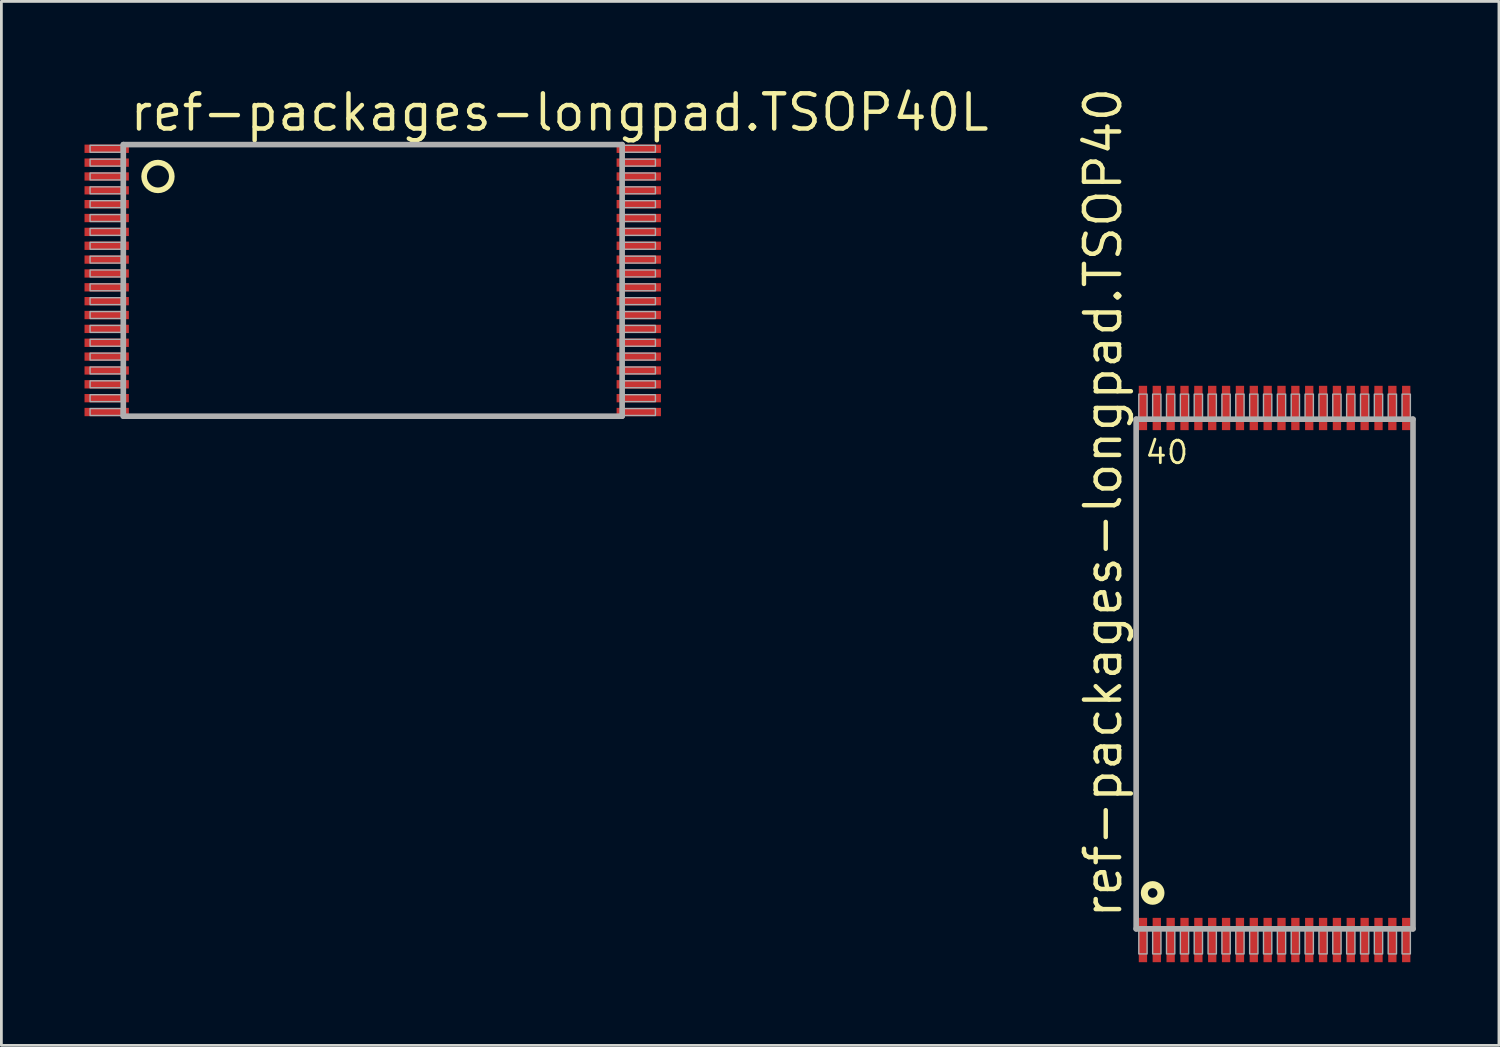
<source format=kicad_pcb>
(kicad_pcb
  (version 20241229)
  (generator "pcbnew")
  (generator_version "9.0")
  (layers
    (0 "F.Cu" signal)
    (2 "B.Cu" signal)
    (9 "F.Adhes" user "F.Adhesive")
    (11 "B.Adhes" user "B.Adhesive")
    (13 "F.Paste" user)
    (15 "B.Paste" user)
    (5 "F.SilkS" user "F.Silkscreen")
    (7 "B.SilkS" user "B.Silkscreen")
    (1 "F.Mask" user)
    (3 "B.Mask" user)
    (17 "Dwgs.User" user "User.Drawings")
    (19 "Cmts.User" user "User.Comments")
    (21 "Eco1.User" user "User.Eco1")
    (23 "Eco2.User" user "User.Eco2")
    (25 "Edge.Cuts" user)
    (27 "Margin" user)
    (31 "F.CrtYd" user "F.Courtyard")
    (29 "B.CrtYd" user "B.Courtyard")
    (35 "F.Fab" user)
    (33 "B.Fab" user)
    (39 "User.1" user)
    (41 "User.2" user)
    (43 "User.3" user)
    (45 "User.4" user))
  (footprint "ref-packages-longpad.TSOP40L"
    (layer "F.Cu")
    (at 10.4 7.068)
    (property "Reference" "ref-packages-longpad.TSOP40L" (at -8.842 -5.318 0) (layer "F.SilkS") (effects (font (size 1.27 1.27) (thickness 0.16)) (justify left bottom)))
    (attr smd)
    (fp_circle (center -7.75 -3.75) (end -7.25 -3.75) (stroke (width 0.203) (type default)) (fill no) (layer "F.SilkS"))
    (fp_line (start -9 -4.9) (end -9 4.9) (stroke (width 0.203) (type default)) (layer "F.Fab"))
    (fp_line (start -9 4.9) (end 9 4.9) (stroke (width 0.203) (type default)) (layer "F.Fab"))
    (fp_line (start 9 -4.9) (end -9 -4.9) (stroke (width 0.203) (type default)) (layer "F.Fab"))
    (fp_line (start 9 4.9) (end 9 -4.9) (stroke (width 0.203) (type default)) (layer "F.Fab"))
    (fp_rect (start -10.2 -4.625) (end -9.075 -4.875) (stroke (width 0.05) (type default)) (fill no) (layer "F.Fab"))
    (fp_rect (start -10.2 -4.125) (end -9.075 -4.375) (stroke (width 0.05) (type default)) (fill no) (layer "F.Fab"))
    (fp_rect (start -10.2 -3.625) (end -9.075 -3.875) (stroke (width 0.05) (type default)) (fill no) (layer "F.Fab"))
    (fp_rect (start -10.2 -3.125) (end -9.075 -3.375) (stroke (width 0.05) (type default)) (fill no) (layer "F.Fab"))
    (fp_rect (start -10.2 -2.625) (end -9.075 -2.875) (stroke (width 0.05) (type default)) (fill no) (layer "F.Fab"))
    (fp_rect (start -10.2 -2.125) (end -9.075 -2.375) (stroke (width 0.05) (type default)) (fill no) (layer "F.Fab"))
    (fp_rect (start -10.2 -1.625) (end -9.075 -1.875) (stroke (width 0.05) (type default)) (fill no) (layer "F.Fab"))
    (fp_rect (start -10.2 -1.125) (end -9.075 -1.375) (stroke (width 0.05) (type default)) (fill no) (layer "F.Fab"))
    (fp_rect (start -10.2 -0.625) (end -9.075 -0.875) (stroke (width 0.05) (type default)) (fill no) (layer "F.Fab"))
    (fp_rect (start -10.2 -0.125) (end -9.075 -0.375) (stroke (width 0.05) (type default)) (fill no) (layer "F.Fab"))
    (fp_rect (start -10.2 0.375) (end -9.075 0.125) (stroke (width 0.05) (type default)) (fill no) (layer "F.Fab"))
    (fp_rect (start -10.2 0.875) (end -9.075 0.625) (stroke (width 0.05) (type default)) (fill no) (layer "F.Fab"))
    (fp_rect (start -10.2 1.375) (end -9.075 1.125) (stroke (width 0.05) (type default)) (fill no) (layer "F.Fab"))
    (fp_rect (start -10.2 1.875) (end -9.075 1.625) (stroke (width 0.05) (type default)) (fill no) (layer "F.Fab"))
    (fp_rect (start -10.2 2.375) (end -9.075 2.125) (stroke (width 0.05) (type default)) (fill no) (layer "F.Fab"))
    (fp_rect (start -10.2 2.875) (end -9.075 2.625) (stroke (width 0.05) (type default)) (fill no) (layer "F.Fab"))
    (fp_rect (start -10.2 3.375) (end -9.075 3.125) (stroke (width 0.05) (type default)) (fill no) (layer "F.Fab"))
    (fp_rect (start -10.2 3.875) (end -9.075 3.625) (stroke (width 0.05) (type default)) (fill no) (layer "F.Fab"))
    (fp_rect (start -10.2 4.375) (end -9.075 4.125) (stroke (width 0.05) (type default)) (fill no) (layer "F.Fab"))
    (fp_rect (start -10.2 4.875) (end -9.075 4.625) (stroke (width 0.05) (type default)) (fill no) (layer "F.Fab"))
    (fp_rect (start 9.075 -4.625) (end 10.2 -4.875) (stroke (width 0.05) (type default)) (fill no) (layer "F.Fab"))
    (fp_rect (start 9.075 -4.125) (end 10.2 -4.375) (stroke (width 0.05) (type default)) (fill no) (layer "F.Fab"))
    (fp_rect (start 9.075 -3.625) (end 10.2 -3.875) (stroke (width 0.05) (type default)) (fill no) (layer "F.Fab"))
    (fp_rect (start 9.075 -3.125) (end 10.2 -3.375) (stroke (width 0.05) (type default)) (fill no) (layer "F.Fab"))
    (fp_rect (start 9.075 -2.625) (end 10.2 -2.875) (stroke (width 0.05) (type default)) (fill no) (layer "F.Fab"))
    (fp_rect (start 9.075 -2.125) (end 10.2 -2.375) (stroke (width 0.05) (type default)) (fill no) (layer "F.Fab"))
    (fp_rect (start 9.075 -1.625) (end 10.2 -1.875) (stroke (width 0.05) (type default)) (fill no) (layer "F.Fab"))
    (fp_rect (start 9.075 -1.125) (end 10.2 -1.375) (stroke (width 0.05) (type default)) (fill no) (layer "F.Fab"))
    (fp_rect (start 9.075 -0.625) (end 10.2 -0.875) (stroke (width 0.05) (type default)) (fill no) (layer "F.Fab"))
    (fp_rect (start 9.075 -0.125) (end 10.2 -0.375) (stroke (width 0.05) (type default)) (fill no) (layer "F.Fab"))
    (fp_rect (start 9.075 0.375) (end 10.2 0.125) (stroke (width 0.05) (type default)) (fill no) (layer "F.Fab"))
    (fp_rect (start 9.075 0.875) (end 10.2 0.625) (stroke (width 0.05) (type default)) (fill no) (layer "F.Fab"))
    (fp_rect (start 9.075 1.375) (end 10.2 1.125) (stroke (width 0.05) (type default)) (fill no) (layer "F.Fab"))
    (fp_rect (start 9.075 1.875) (end 10.2 1.625) (stroke (width 0.05) (type default)) (fill no) (layer "F.Fab"))
    (fp_rect (start 9.075 2.375) (end 10.2 2.125) (stroke (width 0.05) (type default)) (fill no) (layer "F.Fab"))
    (fp_rect (start 9.075 2.875) (end 10.2 2.625) (stroke (width 0.05) (type default)) (fill no) (layer "F.Fab"))
    (fp_rect (start 9.075 3.375) (end 10.2 3.125) (stroke (width 0.05) (type default)) (fill no) (layer "F.Fab"))
    (fp_rect (start 9.075 3.875) (end 10.2 3.625) (stroke (width 0.05) (type default)) (fill no) (layer "F.Fab"))
    (fp_rect (start 9.075 4.375) (end 10.2 4.125) (stroke (width 0.05) (type default)) (fill no) (layer "F.Fab"))
    (fp_rect (start 9.075 4.875) (end 10.2 4.625) (stroke (width 0.05) (type default)) (fill no) (layer "F.Fab"))
    (pad "1" smd roundrect (at -9.6 -4.75) (size 1.6 0.3) (layers "F.Cu" "F.Mask" "F.Paste") (roundrect_rratio 0.01))
    (pad "2" smd roundrect (at -9.6 -4.25) (size 1.6 0.3) (layers "F.Cu" "F.Mask" "F.Paste") (roundrect_rratio 0.01))
    (pad "3" smd roundrect (at -9.6 -3.75) (size 1.6 0.3) (layers "F.Cu" "F.Mask" "F.Paste") (roundrect_rratio 0.01))
    (pad "4" smd roundrect (at -9.6 -3.25) (size 1.6 0.3) (layers "F.Cu" "F.Mask" "F.Paste") (roundrect_rratio 0.01))
    (pad "5" smd roundrect (at -9.6 -2.75) (size 1.6 0.3) (layers "F.Cu" "F.Mask" "F.Paste") (roundrect_rratio 0.01))
    (pad "6" smd roundrect (at -9.6 -2.25) (size 1.6 0.3) (layers "F.Cu" "F.Mask" "F.Paste") (roundrect_rratio 0.01))
    (pad "7" smd roundrect (at -9.6 -1.75) (size 1.6 0.3) (layers "F.Cu" "F.Mask" "F.Paste") (roundrect_rratio 0.01))
    (pad "8" smd roundrect (at -9.6 -1.25) (size 1.6 0.3) (layers "F.Cu" "F.Mask" "F.Paste") (roundrect_rratio 0.01))
    (pad "9" smd roundrect (at -9.6 -0.75) (size 1.6 0.3) (layers "F.Cu" "F.Mask" "F.Paste") (roundrect_rratio 0.01))
    (pad "10" smd roundrect (at -9.6 -0.25) (size 1.6 0.3) (layers "F.Cu" "F.Mask" "F.Paste") (roundrect_rratio 0.01))
    (pad "11" smd roundrect (at -9.6 0.25) (size 1.6 0.3) (layers "F.Cu" "F.Mask" "F.Paste") (roundrect_rratio 0.01))
    (pad "12" smd roundrect (at -9.6 0.75) (size 1.6 0.3) (layers "F.Cu" "F.Mask" "F.Paste") (roundrect_rratio 0.01))
    (pad "13" smd roundrect (at -9.6 1.25) (size 1.6 0.3) (layers "F.Cu" "F.Mask" "F.Paste") (roundrect_rratio 0.01))
    (pad "14" smd roundrect (at -9.6 1.75) (size 1.6 0.3) (layers "F.Cu" "F.Mask" "F.Paste") (roundrect_rratio 0.01))
    (pad "15" smd roundrect (at -9.6 2.25) (size 1.6 0.3) (layers "F.Cu" "F.Mask" "F.Paste") (roundrect_rratio 0.01))
    (pad "16" smd roundrect (at -9.6 2.75) (size 1.6 0.3) (layers "F.Cu" "F.Mask" "F.Paste") (roundrect_rratio 0.01))
    (pad "17" smd roundrect (at -9.6 3.25) (size 1.6 0.3) (layers "F.Cu" "F.Mask" "F.Paste") (roundrect_rratio 0.01))
    (pad "18" smd roundrect (at -9.6 3.75) (size 1.6 0.3) (layers "F.Cu" "F.Mask" "F.Paste") (roundrect_rratio 0.01))
    (pad "19" smd roundrect (at -9.6 4.25) (size 1.6 0.3) (layers "F.Cu" "F.Mask" "F.Paste") (roundrect_rratio 0.01))
    (pad "20" smd roundrect (at -9.6 4.75) (size 1.6 0.3) (layers "F.Cu" "F.Mask" "F.Paste") (roundrect_rratio 0.01))
    (pad "21" smd roundrect (at 9.6 4.75) (size 1.6 0.3) (layers "F.Cu" "F.Mask" "F.Paste") (roundrect_rratio 0.01))
    (pad "22" smd roundrect (at 9.6 4.25) (size 1.6 0.3) (layers "F.Cu" "F.Mask" "F.Paste") (roundrect_rratio 0.01))
    (pad "23" smd roundrect (at 9.6 3.75) (size 1.6 0.3) (layers "F.Cu" "F.Mask" "F.Paste") (roundrect_rratio 0.01))
    (pad "24" smd roundrect (at 9.6 3.25) (size 1.6 0.3) (layers "F.Cu" "F.Mask" "F.Paste") (roundrect_rratio 0.01))
    (pad "25" smd roundrect (at 9.6 2.75) (size 1.6 0.3) (layers "F.Cu" "F.Mask" "F.Paste") (roundrect_rratio 0.01))
    (pad "26" smd roundrect (at 9.6 2.25) (size 1.6 0.3) (layers "F.Cu" "F.Mask" "F.Paste") (roundrect_rratio 0.01))
    (pad "27" smd roundrect (at 9.6 1.75) (size 1.6 0.3) (layers "F.Cu" "F.Mask" "F.Paste") (roundrect_rratio 0.01))
    (pad "28" smd roundrect (at 9.6 1.25) (size 1.6 0.3) (layers "F.Cu" "F.Mask" "F.Paste") (roundrect_rratio 0.01))
    (pad "29" smd roundrect (at 9.6 0.75) (size 1.6 0.3) (layers "F.Cu" "F.Mask" "F.Paste") (roundrect_rratio 0.01))
    (pad "30" smd roundrect (at 9.6 0.25) (size 1.6 0.3) (layers "F.Cu" "F.Mask" "F.Paste") (roundrect_rratio 0.01))
    (pad "31" smd roundrect (at 9.6 -0.25) (size 1.6 0.3) (layers "F.Cu" "F.Mask" "F.Paste") (roundrect_rratio 0.01))
    (pad "32" smd roundrect (at 9.6 -0.75) (size 1.6 0.3) (layers "F.Cu" "F.Mask" "F.Paste") (roundrect_rratio 0.01))
    (pad "33" smd roundrect (at 9.6 -1.25) (size 1.6 0.3) (layers "F.Cu" "F.Mask" "F.Paste") (roundrect_rratio 0.01))
    (pad "34" smd roundrect (at 9.6 -1.75) (size 1.6 0.3) (layers "F.Cu" "F.Mask" "F.Paste") (roundrect_rratio 0.01))
    (pad "35" smd roundrect (at 9.6 -2.25) (size 1.6 0.3) (layers "F.Cu" "F.Mask" "F.Paste") (roundrect_rratio 0.01))
    (pad "36" smd roundrect (at 9.6 -2.75) (size 1.6 0.3) (layers "F.Cu" "F.Mask" "F.Paste") (roundrect_rratio 0.01))
    (pad "37" smd roundrect (at 9.6 -3.25) (size 1.6 0.3) (layers "F.Cu" "F.Mask" "F.Paste") (roundrect_rratio 0.01))
    (pad "38" smd roundrect (at 9.6 -3.75) (size 1.6 0.3) (layers "F.Cu" "F.Mask" "F.Paste") (roundrect_rratio 0.01))
    (pad "39" smd roundrect (at 9.6 -4.25) (size 1.6 0.3) (layers "F.Cu" "F.Mask" "F.Paste") (roundrect_rratio 0.01))
    (pad "40" smd roundrect (at 9.6 -4.75) (size 1.6 0.3) (layers "F.Cu" "F.Mask" "F.Paste") (roundrect_rratio 0.01)))
  (footprint "ref-packages-longpad.TSOP40"
    (layer "F.Cu")
    (at 42.943 21.272)
    (property "Reference" "ref-packages-longpad.TSOP40" (at -5.445 8.89 90) (layer "F.SilkS") (effects (font (size 1.27 1.27) (thickness 0.16)) (justify left bottom)))
    (attr smd)
    (fp_circle (center -4.4 7.9) (end -4.1 7.9) (stroke (width 0.254) (type default)) (fill no) (layer "F.SilkS"))
    (fp_line (start -4.995 -9.195) (end 4.995 -9.195) (stroke (width 0.203) (type default)) (layer "F.Fab"))
    (fp_line (start -4.995 9.195) (end -4.995 -9.195) (stroke (width 0.203) (type default)) (layer "F.Fab"))
    (fp_line (start 4.995 -9.195) (end 4.995 9.195) (stroke (width 0.203) (type default)) (layer "F.Fab"))
    (fp_line (start 4.995 9.195) (end -4.995 9.195) (stroke (width 0.203) (type default)) (layer "F.Fab"))
    (fp_rect (start -4.9 -9.25) (end -4.6 -10.1) (stroke (width 0.05) (type default)) (fill no) (layer "F.Fab"))
    (fp_rect (start -4.9 10.1) (end -4.6 9.25) (stroke (width 0.05) (type default)) (fill no) (layer "F.Fab"))
    (fp_rect (start -4.4 -9.25) (end -4.1 -10.1) (stroke (width 0.05) (type default)) (fill no) (layer "F.Fab"))
    (fp_rect (start -4.4 10.1) (end -4.1 9.25) (stroke (width 0.05) (type default)) (fill no) (layer "F.Fab"))
    (fp_rect (start -3.9 -9.25) (end -3.6 -10.1) (stroke (width 0.05) (type default)) (fill no) (layer "F.Fab"))
    (fp_rect (start -3.9 10.1) (end -3.6 9.25) (stroke (width 0.05) (type default)) (fill no) (layer "F.Fab"))
    (fp_rect (start -3.4 -9.25) (end -3.1 -10.1) (stroke (width 0.05) (type default)) (fill no) (layer "F.Fab"))
    (fp_rect (start -3.4 10.1) (end -3.1 9.25) (stroke (width 0.05) (type default)) (fill no) (layer "F.Fab"))
    (fp_rect (start -2.9 -9.25) (end -2.6 -10.1) (stroke (width 0.05) (type default)) (fill no) (layer "F.Fab"))
    (fp_rect (start -2.9 10.1) (end -2.6 9.25) (stroke (width 0.05) (type default)) (fill no) (layer "F.Fab"))
    (fp_rect (start -2.4 -9.25) (end -2.1 -10.1) (stroke (width 0.05) (type default)) (fill no) (layer "F.Fab"))
    (fp_rect (start -2.4 10.1) (end -2.1 9.25) (stroke (width 0.05) (type default)) (fill no) (layer "F.Fab"))
    (fp_rect (start -1.9 -9.25) (end -1.6 -10.1) (stroke (width 0.05) (type default)) (fill no) (layer "F.Fab"))
    (fp_rect (start -1.9 10.1) (end -1.6 9.25) (stroke (width 0.05) (type default)) (fill no) (layer "F.Fab"))
    (fp_rect (start -1.4 -9.25) (end -1.1 -10.1) (stroke (width 0.05) (type default)) (fill no) (layer "F.Fab"))
    (fp_rect (start -1.4 10.1) (end -1.1 9.25) (stroke (width 0.05) (type default)) (fill no) (layer "F.Fab"))
    (fp_rect (start -0.9 -9.25) (end -0.6 -10.1) (stroke (width 0.05) (type default)) (fill no) (layer "F.Fab"))
    (fp_rect (start -0.9 10.1) (end -0.6 9.25) (stroke (width 0.05) (type default)) (fill no) (layer "F.Fab"))
    (fp_rect (start -0.4 -9.25) (end -0.1 -10.1) (stroke (width 0.05) (type default)) (fill no) (layer "F.Fab"))
    (fp_rect (start -0.4 10.1) (end -0.1 9.25) (stroke (width 0.05) (type default)) (fill no) (layer "F.Fab"))
    (fp_rect (start 0.1 -9.25) (end 0.4 -10.1) (stroke (width 0.05) (type default)) (fill no) (layer "F.Fab"))
    (fp_rect (start 0.1 10.1) (end 0.4 9.25) (stroke (width 0.05) (type default)) (fill no) (layer "F.Fab"))
    (fp_rect (start 0.6 -9.25) (end 0.9 -10.1) (stroke (width 0.05) (type default)) (fill no) (layer "F.Fab"))
    (fp_rect (start 0.6 10.1) (end 0.9 9.25) (stroke (width 0.05) (type default)) (fill no) (layer "F.Fab"))
    (fp_rect (start 1.1 -9.25) (end 1.4 -10.1) (stroke (width 0.05) (type default)) (fill no) (layer "F.Fab"))
    (fp_rect (start 1.1 10.1) (end 1.4 9.25) (stroke (width 0.05) (type default)) (fill no) (layer "F.Fab"))
    (fp_rect (start 1.6 -9.25) (end 1.9 -10.1) (stroke (width 0.05) (type default)) (fill no) (layer "F.Fab"))
    (fp_rect (start 1.6 10.1) (end 1.9 9.25) (stroke (width 0.05) (type default)) (fill no) (layer "F.Fab"))
    (fp_rect (start 2.1 -9.25) (end 2.4 -10.1) (stroke (width 0.05) (type default)) (fill no) (layer "F.Fab"))
    (fp_rect (start 2.1 10.1) (end 2.4 9.25) (stroke (width 0.05) (type default)) (fill no) (layer "F.Fab"))
    (fp_rect (start 2.6 -9.25) (end 2.9 -10.1) (stroke (width 0.05) (type default)) (fill no) (layer "F.Fab"))
    (fp_rect (start 2.6 10.1) (end 2.9 9.25) (stroke (width 0.05) (type default)) (fill no) (layer "F.Fab"))
    (fp_rect (start 3.1 -9.25) (end 3.4 -10.1) (stroke (width 0.05) (type default)) (fill no) (layer "F.Fab"))
    (fp_rect (start 3.1 10.1) (end 3.4 9.25) (stroke (width 0.05) (type default)) (fill no) (layer "F.Fab"))
    (fp_rect (start 3.6 -9.25) (end 3.9 -10.1) (stroke (width 0.05) (type default)) (fill no) (layer "F.Fab"))
    (fp_rect (start 3.6 10.1) (end 3.9 9.25) (stroke (width 0.05) (type default)) (fill no) (layer "F.Fab"))
    (fp_rect (start 4.1 -9.25) (end 4.4 -10.1) (stroke (width 0.05) (type default)) (fill no) (layer "F.Fab"))
    (fp_rect (start 4.1 10.1) (end 4.4 9.25) (stroke (width 0.05) (type default)) (fill no) (layer "F.Fab"))
    (fp_rect (start 4.6 -9.25) (end 4.9 -10.1) (stroke (width 0.05) (type default)) (fill no) (layer "F.Fab"))
    (fp_rect (start 4.6 10.1) (end 4.9 9.25) (stroke (width 0.05) (type default)) (fill no) (layer "F.Fab"))
    (fp_text user "40" (at -4.731 -7.52 0) (layer "F.SilkS") (effects (font (size 0.813 0.813) (thickness 0.1)) (justify left bottom)))
    (pad "1" smd roundrect (at -4.75 9.6) (size 0.3 1.6) (layers "F.Cu" "F.Mask" "F.Paste") (roundrect_rratio 0.01))
    (pad "2" smd roundrect (at -4.25 9.6) (size 0.3 1.6) (layers "F.Cu" "F.Mask" "F.Paste") (roundrect_rratio 0.01))
    (pad "3" smd roundrect (at -3.75 9.6) (size 0.3 1.6) (layers "F.Cu" "F.Mask" "F.Paste") (roundrect_rratio 0.01))
    (pad "4" smd roundrect (at -3.25 9.6) (size 0.3 1.6) (layers "F.Cu" "F.Mask" "F.Paste") (roundrect_rratio 0.01))
    (pad "5" smd roundrect (at -2.75 9.6) (size 0.3 1.6) (layers "F.Cu" "F.Mask" "F.Paste") (roundrect_rratio 0.01))
    (pad "6" smd roundrect (at -2.25 9.6) (size 0.3 1.6) (layers "F.Cu" "F.Mask" "F.Paste") (roundrect_rratio 0.01))
    (pad "7" smd roundrect (at -1.75 9.6) (size 0.3 1.6) (layers "F.Cu" "F.Mask" "F.Paste") (roundrect_rratio 0.01))
    (pad "8" smd roundrect (at -1.25 9.6) (size 0.3 1.6) (layers "F.Cu" "F.Mask" "F.Paste") (roundrect_rratio 0.01))
    (pad "9" smd roundrect (at -0.75 9.6) (size 0.3 1.6) (layers "F.Cu" "F.Mask" "F.Paste") (roundrect_rratio 0.01))
    (pad "10" smd roundrect (at -0.25 9.6) (size 0.3 1.6) (layers "F.Cu" "F.Mask" "F.Paste") (roundrect_rratio 0.01))
    (pad "11" smd roundrect (at 0.25 9.6) (size 0.3 1.6) (layers "F.Cu" "F.Mask" "F.Paste") (roundrect_rratio 0.01))
    (pad "12" smd roundrect (at 0.75 9.6) (size 0.3 1.6) (layers "F.Cu" "F.Mask" "F.Paste") (roundrect_rratio 0.01))
    (pad "13" smd roundrect (at 1.25 9.6) (size 0.3 1.6) (layers "F.Cu" "F.Mask" "F.Paste") (roundrect_rratio 0.01))
    (pad "14" smd roundrect (at 1.75 9.6) (size 0.3 1.6) (layers "F.Cu" "F.Mask" "F.Paste") (roundrect_rratio 0.01))
    (pad "15" smd roundrect (at 2.25 9.6) (size 0.3 1.6) (layers "F.Cu" "F.Mask" "F.Paste") (roundrect_rratio 0.01))
    (pad "16" smd roundrect (at 2.75 9.6) (size 0.3 1.6) (layers "F.Cu" "F.Mask" "F.Paste") (roundrect_rratio 0.01))
    (pad "17" smd roundrect (at 3.25 9.6) (size 0.3 1.6) (layers "F.Cu" "F.Mask" "F.Paste") (roundrect_rratio 0.01))
    (pad "18" smd roundrect (at 3.75 9.6) (size 0.3 1.6) (layers "F.Cu" "F.Mask" "F.Paste") (roundrect_rratio 0.01))
    (pad "19" smd roundrect (at 4.25 9.6) (size 0.3 1.6) (layers "F.Cu" "F.Mask" "F.Paste") (roundrect_rratio 0.01))
    (pad "20" smd roundrect (at 4.75 9.6) (size 0.3 1.6) (layers "F.Cu" "F.Mask" "F.Paste") (roundrect_rratio 0.01))
    (pad "21" smd roundrect (at 4.75 -9.6) (size 0.3 1.6) (layers "F.Cu" "F.Mask" "F.Paste") (roundrect_rratio 0.01))
    (pad "22" smd roundrect (at 4.25 -9.6) (size 0.3 1.6) (layers "F.Cu" "F.Mask" "F.Paste") (roundrect_rratio 0.01))
    (pad "23" smd roundrect (at 3.75 -9.6) (size 0.3 1.6) (layers "F.Cu" "F.Mask" "F.Paste") (roundrect_rratio 0.01))
    (pad "24" smd roundrect (at 3.25 -9.6) (size 0.3 1.6) (layers "F.Cu" "F.Mask" "F.Paste") (roundrect_rratio 0.01))
    (pad "25" smd roundrect (at 2.75 -9.6) (size 0.3 1.6) (layers "F.Cu" "F.Mask" "F.Paste") (roundrect_rratio 0.01))
    (pad "26" smd roundrect (at 2.25 -9.6) (size 0.3 1.6) (layers "F.Cu" "F.Mask" "F.Paste") (roundrect_rratio 0.01))
    (pad "27" smd roundrect (at 1.75 -9.6) (size 0.3 1.6) (layers "F.Cu" "F.Mask" "F.Paste") (roundrect_rratio 0.01))
    (pad "28" smd roundrect (at 1.25 -9.6) (size 0.3 1.6) (layers "F.Cu" "F.Mask" "F.Paste") (roundrect_rratio 0.01))
    (pad "29" smd roundrect (at 0.75 -9.6) (size 0.3 1.6) (layers "F.Cu" "F.Mask" "F.Paste") (roundrect_rratio 0.01))
    (pad "30" smd roundrect (at 0.25 -9.6) (size 0.3 1.6) (layers "F.Cu" "F.Mask" "F.Paste") (roundrect_rratio 0.01))
    (pad "31" smd roundrect (at -0.25 -9.6) (size 0.3 1.6) (layers "F.Cu" "F.Mask" "F.Paste") (roundrect_rratio 0.01))
    (pad "32" smd roundrect (at -0.75 -9.6) (size 0.3 1.6) (layers "F.Cu" "F.Mask" "F.Paste") (roundrect_rratio 0.01))
    (pad "33" smd roundrect (at -1.25 -9.6) (size 0.3 1.6) (layers "F.Cu" "F.Mask" "F.Paste") (roundrect_rratio 0.01))
    (pad "34" smd roundrect (at -1.75 -9.6) (size 0.3 1.6) (layers "F.Cu" "F.Mask" "F.Paste") (roundrect_rratio 0.01))
    (pad "35" smd roundrect (at -2.25 -9.6) (size 0.3 1.6) (layers "F.Cu" "F.Mask" "F.Paste") (roundrect_rratio 0.01))
    (pad "36" smd roundrect (at -2.75 -9.6) (size 0.3 1.6) (layers "F.Cu" "F.Mask" "F.Paste") (roundrect_rratio 0.01))
    (pad "37" smd roundrect (at -3.25 -9.6) (size 0.3 1.6) (layers "F.Cu" "F.Mask" "F.Paste") (roundrect_rratio 0.01))
    (pad "38" smd roundrect (at -3.75 -9.6) (size 0.3 1.6) (layers "F.Cu" "F.Mask" "F.Paste") (roundrect_rratio 0.01))
    (pad "39" smd roundrect (at -4.25 -9.6) (size 0.3 1.6) (layers "F.Cu" "F.Mask" "F.Paste") (roundrect_rratio 0.01))
    (pad "40" smd roundrect (at -4.75 -9.6) (size 0.3 1.6) (layers "F.Cu" "F.Mask" "F.Paste") (roundrect_rratio 0.01)))
  (gr_rect
    (start -3 -3)
    (end 51.039 34.672)
    (stroke (width 0.1) (type default))
    (fill no)
    (layer "Edge.Cuts")))
</source>
